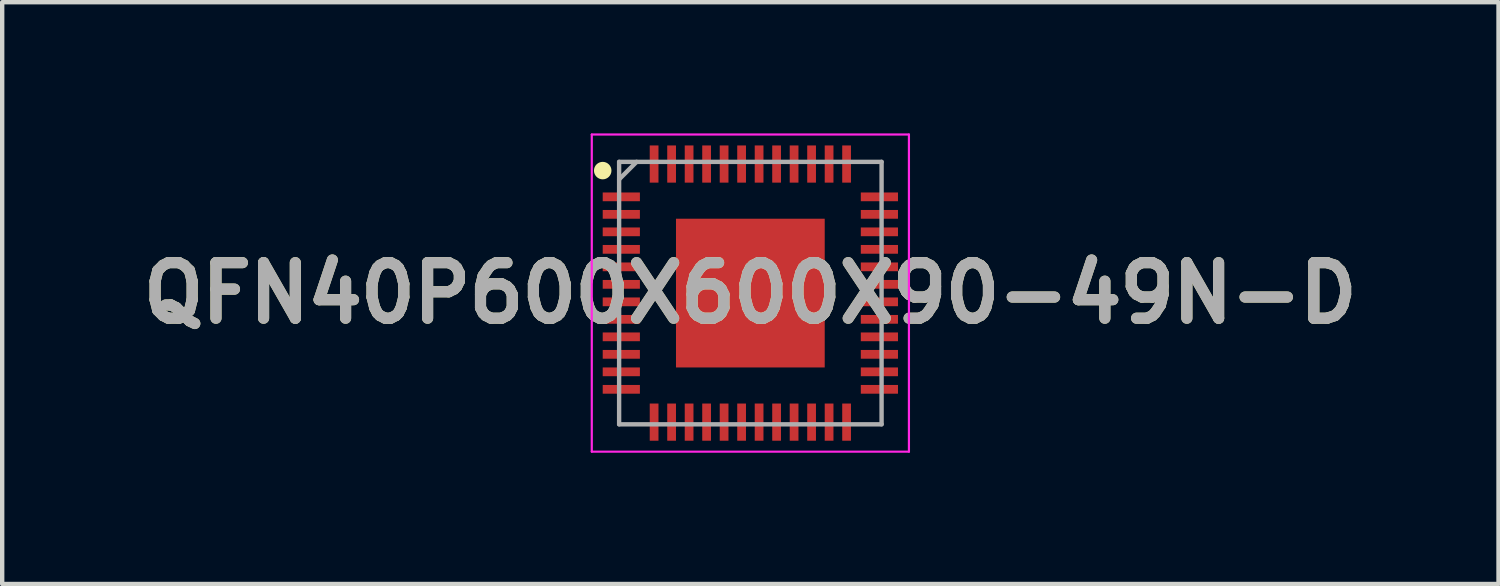
<source format=kicad_pcb>
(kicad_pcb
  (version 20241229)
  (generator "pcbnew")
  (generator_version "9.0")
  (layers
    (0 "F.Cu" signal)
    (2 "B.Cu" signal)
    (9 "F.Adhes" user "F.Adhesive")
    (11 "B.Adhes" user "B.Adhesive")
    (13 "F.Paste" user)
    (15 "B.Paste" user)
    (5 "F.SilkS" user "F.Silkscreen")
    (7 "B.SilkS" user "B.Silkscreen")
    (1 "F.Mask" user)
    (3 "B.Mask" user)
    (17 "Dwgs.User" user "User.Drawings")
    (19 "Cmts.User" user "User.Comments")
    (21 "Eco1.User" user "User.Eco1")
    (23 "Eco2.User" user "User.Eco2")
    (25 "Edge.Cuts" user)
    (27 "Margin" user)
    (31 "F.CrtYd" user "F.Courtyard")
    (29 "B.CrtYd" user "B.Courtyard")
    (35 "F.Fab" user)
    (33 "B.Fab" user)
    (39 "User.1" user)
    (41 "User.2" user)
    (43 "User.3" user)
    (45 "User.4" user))
  (footprint "QFN40P600X600X90-49N-D"
    (layer "F.Cu")
    (at 14.103 3.65)
    (property "Reference" "QFN40P600X600X90-49N-D" (at 0 0 0) (layer "F.SilkS") (effects (font (size 1.27 1.27) (thickness 0.254))))
    (attr smd)
    (fp_circle (center -3.375 -2.8) (end -3.375 -2.7) (stroke (width 0.2) (type solid)) (fill no) (layer "F.SilkS"))
    (fp_line (start -3.625 -3.625) (end 3.625 -3.625) (stroke (width 0.05) (type solid)) (layer "F.CrtYd"))
    (fp_line (start -3.625 3.625) (end -3.625 -3.625) (stroke (width 0.05) (type solid)) (layer "F.CrtYd"))
    (fp_line (start 3.625 -3.625) (end 3.625 3.625) (stroke (width 0.05) (type solid)) (layer "F.CrtYd"))
    (fp_line (start 3.625 3.625) (end -3.625 3.625) (stroke (width 0.05) (type solid)) (layer "F.CrtYd"))
    (fp_line (start -3 -3) (end 3 -3) (stroke (width 0.1) (type solid)) (layer "F.Fab"))
    (fp_line (start -3 -2.6) (end -2.6 -3) (stroke (width 0.1) (type solid)) (layer "F.Fab"))
    (fp_line (start -3 3) (end -3 -3) (stroke (width 0.1) (type solid)) (layer "F.Fab"))
    (fp_line (start 3 -3) (end 3 3) (stroke (width 0.1) (type solid)) (layer "F.Fab"))
    (fp_line (start 3 3) (end -3 3) (stroke (width 0.1) (type solid)) (layer "F.Fab"))
    (fp_text user "${REFERENCE}" (at 0 0 0) (layer "F.Fab") (effects (font (size 1.27 1.27) (thickness 0.254))))
    (pad "1" smd rect (at -2.95 -2.2 90) (size 0.2 0.85) (layers "F.Cu" "F.Mask" "F.Paste"))
    (pad "2" smd rect (at -2.95 -1.8 90) (size 0.2 0.85) (layers "F.Cu" "F.Mask" "F.Paste"))
    (pad "3" smd rect (at -2.95 -1.4 90) (size 0.2 0.85) (layers "F.Cu" "F.Mask" "F.Paste"))
    (pad "4" smd rect (at -2.95 -1 90) (size 0.2 0.85) (layers "F.Cu" "F.Mask" "F.Paste"))
    (pad "5" smd rect (at -2.95 -0.6 90) (size 0.2 0.85) (layers "F.Cu" "F.Mask" "F.Paste"))
    (pad "6" smd rect (at -2.95 -0.2 90) (size 0.2 0.85) (layers "F.Cu" "F.Mask" "F.Paste"))
    (pad "7" smd rect (at -2.95 0.2 90) (size 0.2 0.85) (layers "F.Cu" "F.Mask" "F.Paste"))
    (pad "8" smd rect (at -2.95 0.6 90) (size 0.2 0.85) (layers "F.Cu" "F.Mask" "F.Paste"))
    (pad "9" smd rect (at -2.95 1 90) (size 0.2 0.85) (layers "F.Cu" "F.Mask" "F.Paste"))
    (pad "10" smd rect (at -2.95 1.4 90) (size 0.2 0.85) (layers "F.Cu" "F.Mask" "F.Paste"))
    (pad "11" smd rect (at -2.95 1.8 90) (size 0.2 0.85) (layers "F.Cu" "F.Mask" "F.Paste"))
    (pad "12" smd rect (at -2.95 2.2 90) (size 0.2 0.85) (layers "F.Cu" "F.Mask" "F.Paste"))
    (pad "13" smd rect (at -2.2 2.95) (size 0.2 0.85) (layers "F.Cu" "F.Mask" "F.Paste"))
    (pad "14" smd rect (at -1.8 2.95) (size 0.2 0.85) (layers "F.Cu" "F.Mask" "F.Paste"))
    (pad "15" smd rect (at -1.4 2.95) (size 0.2 0.85) (layers "F.Cu" "F.Mask" "F.Paste"))
    (pad "16" smd rect (at -1 2.95) (size 0.2 0.85) (layers "F.Cu" "F.Mask" "F.Paste"))
    (pad "17" smd rect (at -0.6 2.95) (size 0.2 0.85) (layers "F.Cu" "F.Mask" "F.Paste"))
    (pad "18" smd rect (at -0.2 2.95) (size 0.2 0.85) (layers "F.Cu" "F.Mask" "F.Paste"))
    (pad "19" smd rect (at 0.2 2.95) (size 0.2 0.85) (layers "F.Cu" "F.Mask" "F.Paste"))
    (pad "20" smd rect (at 0.6 2.95) (size 0.2 0.85) (layers "F.Cu" "F.Mask" "F.Paste"))
    (pad "21" smd rect (at 1 2.95) (size 0.2 0.85) (layers "F.Cu" "F.Mask" "F.Paste"))
    (pad "22" smd rect (at 1.4 2.95) (size 0.2 0.85) (layers "F.Cu" "F.Mask" "F.Paste"))
    (pad "23" smd rect (at 1.8 2.95) (size 0.2 0.85) (layers "F.Cu" "F.Mask" "F.Paste"))
    (pad "24" smd rect (at 2.2 2.95) (size 0.2 0.85) (layers "F.Cu" "F.Mask" "F.Paste"))
    (pad "25" smd rect (at 2.95 2.2 90) (size 0.2 0.85) (layers "F.Cu" "F.Mask" "F.Paste"))
    (pad "26" smd rect (at 2.95 1.8 90) (size 0.2 0.85) (layers "F.Cu" "F.Mask" "F.Paste"))
    (pad "27" smd rect (at 2.95 1.4 90) (size 0.2 0.85) (layers "F.Cu" "F.Mask" "F.Paste"))
    (pad "28" smd rect (at 2.95 1 90) (size 0.2 0.85) (layers "F.Cu" "F.Mask" "F.Paste"))
    (pad "29" smd rect (at 2.95 0.6 90) (size 0.2 0.85) (layers "F.Cu" "F.Mask" "F.Paste"))
    (pad "30" smd rect (at 2.95 0.2 90) (size 0.2 0.85) (layers "F.Cu" "F.Mask" "F.Paste"))
    (pad "31" smd rect (at 2.95 -0.2 90) (size 0.2 0.85) (layers "F.Cu" "F.Mask" "F.Paste"))
    (pad "32" smd rect (at 2.95 -0.6 90) (size 0.2 0.85) (layers "F.Cu" "F.Mask" "F.Paste"))
    (pad "33" smd rect (at 2.95 -1 90) (size 0.2 0.85) (layers "F.Cu" "F.Mask" "F.Paste"))
    (pad "34" smd rect (at 2.95 -1.4 90) (size 0.2 0.85) (layers "F.Cu" "F.Mask" "F.Paste"))
    (pad "35" smd rect (at 2.95 -1.8 90) (size 0.2 0.85) (layers "F.Cu" "F.Mask" "F.Paste"))
    (pad "36" smd rect (at 2.95 -2.2 90) (size 0.2 0.85) (layers "F.Cu" "F.Mask" "F.Paste"))
    (pad "37" smd rect (at 2.2 -2.95) (size 0.2 0.85) (layers "F.Cu" "F.Mask" "F.Paste"))
    (pad "38" smd rect (at 1.8 -2.95) (size 0.2 0.85) (layers "F.Cu" "F.Mask" "F.Paste"))
    (pad "39" smd rect (at 1.4 -2.95) (size 0.2 0.85) (layers "F.Cu" "F.Mask" "F.Paste"))
    (pad "40" smd rect (at 1 -2.95) (size 0.2 0.85) (layers "F.Cu" "F.Mask" "F.Paste"))
    (pad "41" smd rect (at 0.6 -2.95) (size 0.2 0.85) (layers "F.Cu" "F.Mask" "F.Paste"))
    (pad "42" smd rect (at 0.2 -2.95) (size 0.2 0.85) (layers "F.Cu" "F.Mask" "F.Paste"))
    (pad "43" smd rect (at -0.2 -2.95) (size 0.2 0.85) (layers "F.Cu" "F.Mask" "F.Paste"))
    (pad "44" smd rect (at -0.6 -2.95) (size 0.2 0.85) (layers "F.Cu" "F.Mask" "F.Paste"))
    (pad "45" smd rect (at -1 -2.95) (size 0.2 0.85) (layers "F.Cu" "F.Mask" "F.Paste"))
    (pad "46" smd rect (at -1.4 -2.95) (size 0.2 0.85) (layers "F.Cu" "F.Mask" "F.Paste"))
    (pad "47" smd rect (at -1.8 -2.95) (size 0.2 0.85) (layers "F.Cu" "F.Mask" "F.Paste"))
    (pad "48" smd rect (at -2.2 -2.95) (size 0.2 0.85) (layers "F.Cu" "F.Mask" "F.Paste"))
    (pad "49" smd rect (at 0 0) (size 3.4 3.4) (layers "F.Cu" "F.Mask" "F.Paste")))
  (gr_rect
    (start -3 -3)
    (end 31.206 10.3)
    (stroke (width 0.1) (type default))
    (fill no)
    (layer "Edge.Cuts")))
</source>
